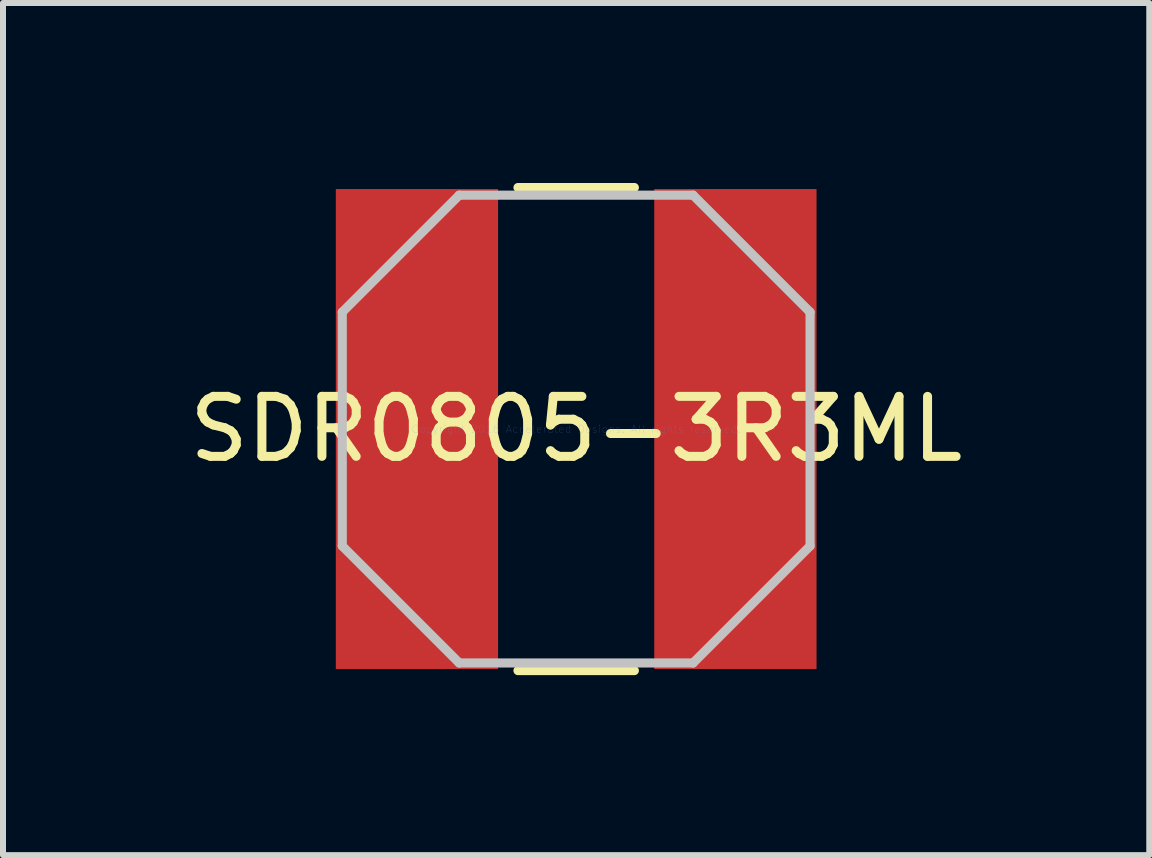
<source format=kicad_pcb>
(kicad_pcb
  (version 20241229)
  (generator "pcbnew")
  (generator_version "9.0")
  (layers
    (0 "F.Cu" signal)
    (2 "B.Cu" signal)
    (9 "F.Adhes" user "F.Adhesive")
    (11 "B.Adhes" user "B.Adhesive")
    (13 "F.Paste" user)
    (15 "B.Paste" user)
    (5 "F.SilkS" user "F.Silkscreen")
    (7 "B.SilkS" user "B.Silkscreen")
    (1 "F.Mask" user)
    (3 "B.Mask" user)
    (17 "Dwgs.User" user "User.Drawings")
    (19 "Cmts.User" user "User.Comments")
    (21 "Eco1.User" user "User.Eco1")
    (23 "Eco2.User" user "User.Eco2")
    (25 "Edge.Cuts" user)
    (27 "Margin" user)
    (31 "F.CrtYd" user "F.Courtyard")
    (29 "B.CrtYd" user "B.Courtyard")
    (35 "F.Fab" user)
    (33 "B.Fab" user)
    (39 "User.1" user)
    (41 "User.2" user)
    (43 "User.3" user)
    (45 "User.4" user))
  (footprint "SDR0805-3R3ML"
    (layer "F.Cu")
    (at 6.554 4.102)
    (property "Reference" "SDR0805-3R3ML" (at 0 0 0) (layer "F.SilkS") (effects (font (size 1 1) (thickness 0.15))))
    (attr through_hole)
    (fp_line (start -0.97 4.026) (end 0.97 4.026) (stroke (width 0.152) (type solid)) (layer "F.SilkS"))
    (fp_line (start 0.97 -4.026) (end -0.97 -4.026) (stroke (width 0.152) (type solid)) (layer "F.SilkS"))
    (fp_line (start -3.899 -1.949) (end -3.899 1.949) (stroke (width 0.152) (type solid)) (layer "Dwgs.User"))
    (fp_line (start -3.899 1.949) (end -1.949 3.899) (stroke (width 0.152) (type solid)) (layer "Dwgs.User"))
    (fp_line (start -1.949 -3.899) (end -3.899 -1.949) (stroke (width 0.152) (type solid)) (layer "Dwgs.User"))
    (fp_line (start -1.949 3.899) (end 1.949 3.899) (stroke (width 0.152) (type solid)) (layer "Dwgs.User"))
    (fp_line (start 1.949 -3.899) (end -1.949 -3.899) (stroke (width 0.152) (type solid)) (layer "Dwgs.User"))
    (fp_line (start 1.949 3.899) (end 3.899 1.949) (stroke (width 0.152) (type solid)) (layer "Dwgs.User"))
    (fp_line (start 3.899 -1.949) (end 1.949 -3.899) (stroke (width 0.152) (type solid)) (layer "Dwgs.User"))
    (fp_line (start 3.899 1.949) (end 3.899 -1.949) (stroke (width 0.152) (type solid)) (layer "Dwgs.User"))
    (fp_text user "Copyright 2016 Accelerated Designs. All rights reserved." (at 0 0 0) (layer "Cmts.User") (effects (font (size 0.127 0.127) (thickness 0.002))))
    (pad "1" smd rect (at -2.654 0) (size 2.705 8.001) (layers "F.Cu" "F.Mask" "F.Paste"))
    (pad "2" smd rect (at 2.654 0) (size 2.705 8.001) (layers "F.Cu" "F.Mask" "F.Paste")))
  (gr_rect
    (start -3 -3)
    (end 16.107 11.204)
    (stroke (width 0.1) (type default))
    (fill no)
    (layer "Edge.Cuts")))
</source>
